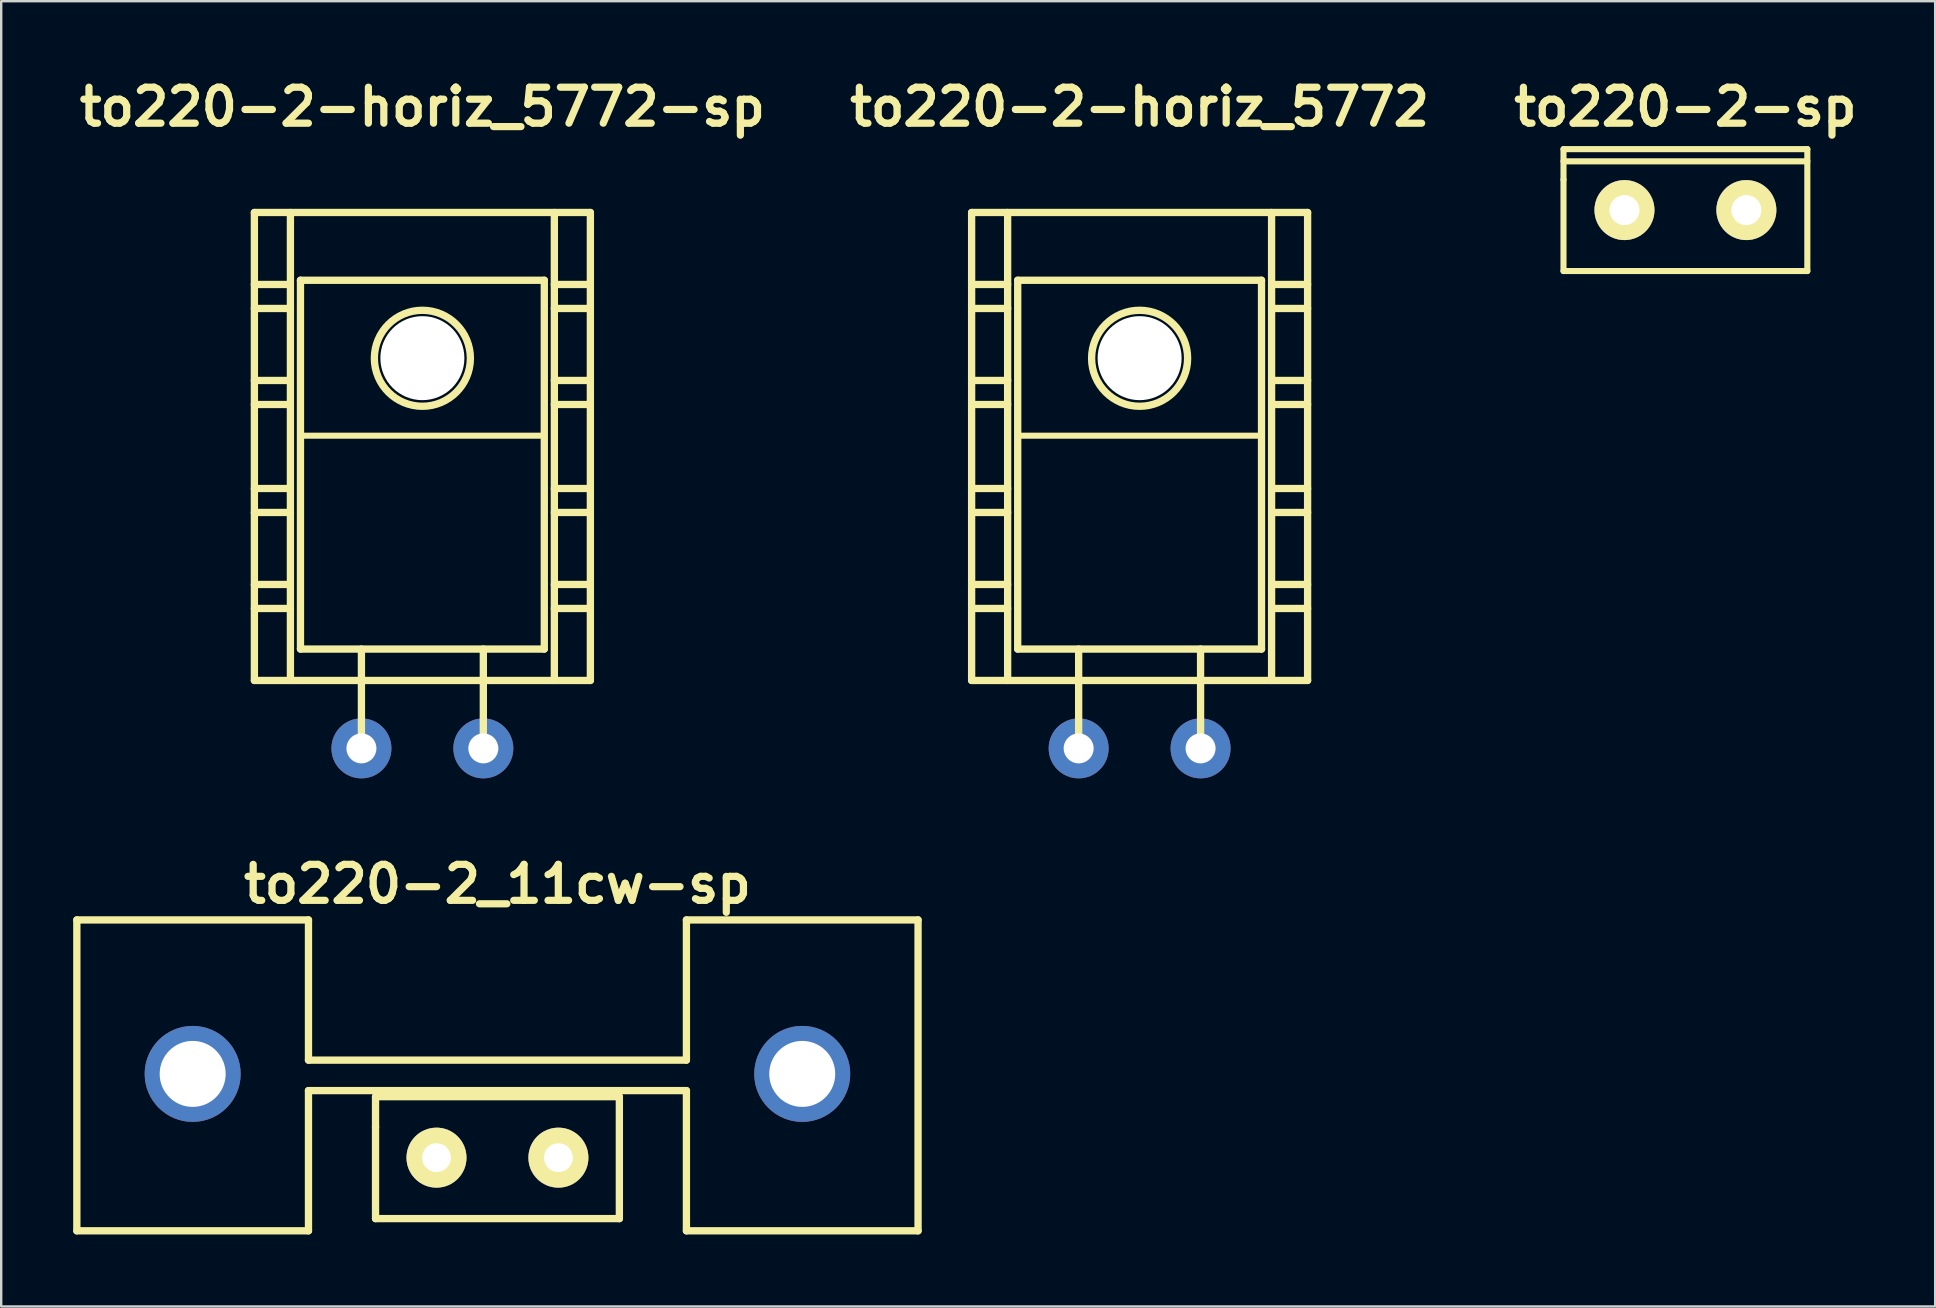
<source format=kicad_pcb>
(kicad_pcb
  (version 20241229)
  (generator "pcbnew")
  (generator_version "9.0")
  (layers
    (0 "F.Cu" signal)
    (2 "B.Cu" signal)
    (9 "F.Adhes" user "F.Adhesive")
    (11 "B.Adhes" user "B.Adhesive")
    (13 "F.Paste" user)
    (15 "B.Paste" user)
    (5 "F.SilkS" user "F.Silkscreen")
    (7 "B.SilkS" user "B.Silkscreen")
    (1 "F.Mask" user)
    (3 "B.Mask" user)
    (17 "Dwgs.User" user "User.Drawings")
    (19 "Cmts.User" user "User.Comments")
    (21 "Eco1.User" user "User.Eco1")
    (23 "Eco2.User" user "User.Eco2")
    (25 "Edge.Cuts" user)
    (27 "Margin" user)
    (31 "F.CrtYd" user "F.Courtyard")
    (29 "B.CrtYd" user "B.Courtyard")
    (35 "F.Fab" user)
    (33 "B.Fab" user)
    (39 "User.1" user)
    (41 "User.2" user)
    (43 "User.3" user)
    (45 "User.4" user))
  (footprint "to220-2-horiz_5772-sp"
    (layer "F.Cu")
    (at 14.55 19.804)
    (property "Reference" "to220-2-horiz_5772-sp" (at 0 -18.4 0) (layer "F.SilkS") (effects (font (size 1.5 1.5) (thickness 0.3))))
    (attr through_hole)
    (fp_line (start -7 -14) (end -7 5.499) (stroke (width 0.305) (type solid)) (layer "F.SilkS"))
    (fp_line (start -7 -11.001) (end -5.499 -11.001) (stroke (width 0.305) (type solid)) (layer "F.SilkS"))
    (fp_line (start -7 -10) (end -5.499 -10) (stroke (width 0.305) (type solid)) (layer "F.SilkS"))
    (fp_line (start -7 -7) (end -5.499 -7) (stroke (width 0.305) (type solid)) (layer "F.SilkS"))
    (fp_line (start -7 -5.999) (end -5.499 -5.999) (stroke (width 0.305) (type solid)) (layer "F.SilkS"))
    (fp_line (start -7 -2.499) (end -5.499 -2.499) (stroke (width 0.305) (type solid)) (layer "F.SilkS"))
    (fp_line (start -7 -1.501) (end -5.499 -1.501) (stroke (width 0.305) (type solid)) (layer "F.SilkS"))
    (fp_line (start -7 1.501) (end -5.499 1.501) (stroke (width 0.305) (type solid)) (layer "F.SilkS"))
    (fp_line (start -7 2.499) (end -5.499 2.499) (stroke (width 0.305) (type solid)) (layer "F.SilkS"))
    (fp_line (start -7 5.499) (end 7 5.499) (stroke (width 0.305) (type solid)) (layer "F.SilkS"))
    (fp_line (start -5.499 5.499) (end -5.499 -14) (stroke (width 0.305) (type solid)) (layer "F.SilkS"))
    (fp_line (start -5.08 -11.176) (end -5.08 4.191) (stroke (width 0.305) (type solid)) (layer "F.SilkS"))
    (fp_line (start -5.08 4.191) (end 5.08 4.191) (stroke (width 0.305) (type solid)) (layer "F.SilkS"))
    (fp_line (start -2.54 8.382) (end -2.54 4.191) (stroke (width 0.305) (type solid)) (layer "F.SilkS"))
    (fp_line (start 2.54 8.382) (end 2.54 4.191) (stroke (width 0.305) (type solid)) (layer "F.SilkS"))
    (fp_line (start 5.08 -11.176) (end -5.08 -11.176) (stroke (width 0.305) (type solid)) (layer "F.SilkS"))
    (fp_line (start 5.08 -4.699) (end -5.08 -4.699) (stroke (width 0.254) (type solid)) (layer "F.SilkS"))
    (fp_line (start 5.08 4.191) (end 5.08 -11.176) (stroke (width 0.305) (type solid)) (layer "F.SilkS"))
    (fp_line (start 5.499 -14) (end 5.499 5.499) (stroke (width 0.305) (type solid)) (layer "F.SilkS"))
    (fp_line (start 5.499 -11.001) (end 7 -11.001) (stroke (width 0.305) (type solid)) (layer "F.SilkS"))
    (fp_line (start 5.499 -10) (end 7 -10) (stroke (width 0.305) (type solid)) (layer "F.SilkS"))
    (fp_line (start 5.499 -7) (end 7 -7) (stroke (width 0.305) (type solid)) (layer "F.SilkS"))
    (fp_line (start 5.499 -5.999) (end 7 -5.999) (stroke (width 0.305) (type solid)) (layer "F.SilkS"))
    (fp_line (start 5.499 -2.499) (end 7 -2.499) (stroke (width 0.305) (type solid)) (layer "F.SilkS"))
    (fp_line (start 5.499 -1.501) (end 7 -1.501) (stroke (width 0.305) (type solid)) (layer "F.SilkS"))
    (fp_line (start 5.499 1.501) (end 7 1.501) (stroke (width 0.305) (type solid)) (layer "F.SilkS"))
    (fp_line (start 5.499 2.499) (end 7 2.499) (stroke (width 0.305) (type solid)) (layer "F.SilkS"))
    (fp_line (start 7 -14) (end -7 -14) (stroke (width 0.305) (type solid)) (layer "F.SilkS"))
    (fp_line (start 7 5.499) (end 7 -14) (stroke (width 0.305) (type solid)) (layer "F.SilkS"))
    (fp_circle (center 0 -7.925) (end -1.999 -8.001) (stroke (width 0.305) (type solid)) (fill no) (layer "F.SilkS"))
    (pad "" np_thru_hole circle (at 0 -7.93) (size 3.5 3.5) (drill 3.5) (layers "*.Cu" "*.Mask"))
    (pad "1" thru_hole circle (at -2.54 8.33) (size 2.5 2.5) (drill 1.25) (layers "*.Cu" "*.Mask"))
    (pad "2" thru_hole circle (at 2.54 8.33) (size 2.5 2.5) (drill 1.25) (layers "*.Cu" "*.Mask")))
  (footprint "to220-2-horiz_5772"
    (layer "F.Cu")
    (at 44.436 19.804)
    (property "Reference" "to220-2-horiz_5772" (at 0 -18.4 0) (layer "F.SilkS") (effects (font (size 1.5 1.5) (thickness 0.3))))
    (attr through_hole)
    (fp_line (start -7 -14) (end -7 5.499) (stroke (width 0.305) (type solid)) (layer "F.SilkS"))
    (fp_line (start -7 -11.001) (end -5.499 -11.001) (stroke (width 0.305) (type solid)) (layer "F.SilkS"))
    (fp_line (start -7 -10) (end -5.499 -10) (stroke (width 0.305) (type solid)) (layer "F.SilkS"))
    (fp_line (start -7 -7) (end -5.499 -7) (stroke (width 0.305) (type solid)) (layer "F.SilkS"))
    (fp_line (start -7 -5.999) (end -5.499 -5.999) (stroke (width 0.305) (type solid)) (layer "F.SilkS"))
    (fp_line (start -7 -2.499) (end -5.499 -2.499) (stroke (width 0.305) (type solid)) (layer "F.SilkS"))
    (fp_line (start -7 -1.501) (end -5.499 -1.501) (stroke (width 0.305) (type solid)) (layer "F.SilkS"))
    (fp_line (start -7 1.501) (end -5.499 1.501) (stroke (width 0.305) (type solid)) (layer "F.SilkS"))
    (fp_line (start -7 2.499) (end -5.499 2.499) (stroke (width 0.305) (type solid)) (layer "F.SilkS"))
    (fp_line (start -7 5.499) (end 7 5.499) (stroke (width 0.305) (type solid)) (layer "F.SilkS"))
    (fp_line (start -5.499 5.499) (end -5.499 -14) (stroke (width 0.305) (type solid)) (layer "F.SilkS"))
    (fp_line (start -5.08 -11.176) (end -5.08 4.191) (stroke (width 0.305) (type solid)) (layer "F.SilkS"))
    (fp_line (start -5.08 4.191) (end 5.08 4.191) (stroke (width 0.305) (type solid)) (layer "F.SilkS"))
    (fp_line (start -2.54 8.382) (end -2.54 4.191) (stroke (width 0.305) (type solid)) (layer "F.SilkS"))
    (fp_line (start 2.54 8.382) (end 2.54 4.191) (stroke (width 0.305) (type solid)) (layer "F.SilkS"))
    (fp_line (start 5.08 -11.176) (end -5.08 -11.176) (stroke (width 0.305) (type solid)) (layer "F.SilkS"))
    (fp_line (start 5.08 -4.699) (end -5.08 -4.699) (stroke (width 0.254) (type solid)) (layer "F.SilkS"))
    (fp_line (start 5.08 4.191) (end 5.08 -11.176) (stroke (width 0.305) (type solid)) (layer "F.SilkS"))
    (fp_line (start 5.499 -14) (end 5.499 5.499) (stroke (width 0.305) (type solid)) (layer "F.SilkS"))
    (fp_line (start 5.499 -11.001) (end 7 -11.001) (stroke (width 0.305) (type solid)) (layer "F.SilkS"))
    (fp_line (start 5.499 -10) (end 7 -10) (stroke (width 0.305) (type solid)) (layer "F.SilkS"))
    (fp_line (start 5.499 -7) (end 7 -7) (stroke (width 0.305) (type solid)) (layer "F.SilkS"))
    (fp_line (start 5.499 -5.999) (end 7 -5.999) (stroke (width 0.305) (type solid)) (layer "F.SilkS"))
    (fp_line (start 5.499 -2.499) (end 7 -2.499) (stroke (width 0.305) (type solid)) (layer "F.SilkS"))
    (fp_line (start 5.499 -1.501) (end 7 -1.501) (stroke (width 0.305) (type solid)) (layer "F.SilkS"))
    (fp_line (start 5.499 1.501) (end 7 1.501) (stroke (width 0.305) (type solid)) (layer "F.SilkS"))
    (fp_line (start 5.499 2.499) (end 7 2.499) (stroke (width 0.305) (type solid)) (layer "F.SilkS"))
    (fp_line (start 7 -14) (end -7 -14) (stroke (width 0.305) (type solid)) (layer "F.SilkS"))
    (fp_line (start 7 5.499) (end 7 -14) (stroke (width 0.305) (type solid)) (layer "F.SilkS"))
    (fp_circle (center 0 -7.925) (end -1.999 -8.001) (stroke (width 0.305) (type solid)) (fill no) (layer "F.SilkS"))
    (pad "" np_thru_hole circle (at 0 -7.93) (size 3.5 3.5) (drill 3.5) (layers "*.Cu" "*.Mask"))
    (pad "1" thru_hole circle (at 2.54 8.33) (size 2.5 2.5) (drill 1.25) (layers "*.Cu" "*.Mask"))
    (pad "2" thru_hole circle (at -2.54 8.33) (size 2.5 2.5) (drill 1.25) (layers "*.Cu" "*.Mask")))
  (footprint "to220-2-sp"
    (layer "F.Cu")
    (at 67.179 5.704)
    (property "Reference" "to220-2-sp" (at 0 -4.3 0) (layer "F.SilkS") (effects (font (size 1.5 1.5) (thickness 0.3))))
    (attr through_hole)
    (fp_line (start -5.08 -2.54) (end -5.08 -1.27) (stroke (width 0.254) (type solid)) (layer "F.SilkS"))
    (fp_line (start -5.08 -2.032) (end 5.08 -2.032) (stroke (width 0.254) (type solid)) (layer "F.SilkS"))
    (fp_line (start -5.08 -1.27) (end -5.08 2.54) (stroke (width 0.254) (type solid)) (layer "F.SilkS"))
    (fp_line (start -5.08 2.54) (end 5.08 2.54) (stroke (width 0.254) (type solid)) (layer "F.SilkS"))
    (fp_line (start 5.08 -2.54) (end -5.08 -2.54) (stroke (width 0.254) (type solid)) (layer "F.SilkS"))
    (fp_line (start 5.08 2.54) (end 5.08 -2.54) (stroke (width 0.254) (type solid)) (layer "F.SilkS"))
    (pad "1" thru_hole circle (at -2.54 0) (size 2.5 2.5) (drill 1.25) (layers "*.Cu" "*.Mask" "F.SilkS"))
    (pad "2" thru_hole circle (at 2.54 0) (size 2.5 2.5) (drill 1.25) (layers "*.Cu" "*.Mask" "F.SilkS")))
  (footprint "to220-2_11cw-sp"
    (layer "F.Cu")
    (at 17.678 45.188)
    (property "Reference" "to220-2_11cw-sp" (at 0 -11.4 0) (layer "F.SilkS") (effects (font (size 1.5 1.5) (thickness 0.3))))
    (attr through_hole)
    (fp_line (start -17.526 -9.906) (end -17.526 3.048) (stroke (width 0.305) (type solid)) (layer "F.SilkS"))
    (fp_line (start -17.526 3.048) (end -7.874 3.048) (stroke (width 0.305) (type solid)) (layer "F.SilkS"))
    (fp_line (start -7.874 -9.906) (end -17.526 -9.906) (stroke (width 0.305) (type solid)) (layer "F.SilkS"))
    (fp_line (start -7.874 -9.906) (end -7.874 -4.064) (stroke (width 0.305) (type solid)) (layer "F.SilkS"))
    (fp_line (start -7.874 -2.794) (end -7.874 3.048) (stroke (width 0.305) (type solid)) (layer "F.SilkS"))
    (fp_line (start -7.874 -2.794) (end 7.874 -2.794) (stroke (width 0.305) (type solid)) (layer "F.SilkS"))
    (fp_line (start -5.08 -2.54) (end -5.08 -1.27) (stroke (width 0.305) (type solid)) (layer "F.SilkS"))
    (fp_line (start -5.08 -1.27) (end -5.08 2.54) (stroke (width 0.305) (type solid)) (layer "F.SilkS"))
    (fp_line (start -5.08 2.54) (end 5.08 2.54) (stroke (width 0.305) (type solid)) (layer "F.SilkS"))
    (fp_line (start 5.08 -2.54) (end -5.08 -2.54) (stroke (width 0.305) (type solid)) (layer "F.SilkS"))
    (fp_line (start 5.08 2.54) (end 5.08 -2.54) (stroke (width 0.305) (type solid)) (layer "F.SilkS"))
    (fp_line (start 7.874 -9.906) (end 7.874 -4.064) (stroke (width 0.305) (type solid)) (layer "F.SilkS"))
    (fp_line (start 7.874 -4.064) (end -7.874 -4.064) (stroke (width 0.305) (type solid)) (layer "F.SilkS"))
    (fp_line (start 7.874 3.048) (end 7.874 -2.794) (stroke (width 0.305) (type solid)) (layer "F.SilkS"))
    (fp_line (start 7.874 3.048) (end 17.526 3.048) (stroke (width 0.305) (type solid)) (layer "F.SilkS"))
    (fp_line (start 17.526 -9.906) (end 7.874 -9.906) (stroke (width 0.305) (type solid)) (layer "F.SilkS"))
    (fp_line (start 17.526 -9.906) (end 17.526 3.048) (stroke (width 0.305) (type solid)) (layer "F.SilkS"))
    (pad "" thru_hole circle (at -12.7 -3.49) (size 4 4) (drill 2.75) (layers "*.Cu" "*.Mask"))
    (pad "" thru_hole circle (at 12.7 -3.49) (size 4 4) (drill 2.75) (layers "*.Cu" "*.Mask"))
    (pad "1" thru_hole circle (at -2.54 0) (size 2.5 2.5) (drill 1.2) (layers "*.Cu" "*.Mask" "F.SilkS"))
    (pad "2" thru_hole circle (at 2.54 0) (size 2.5 2.5) (drill 1.2) (layers "*.Cu" "*.Mask" "F.SilkS")))
  (gr_rect
    (start -3 -3)
    (end 77.586 51.388)
    (stroke (width 0.1) (type default))
    (fill no)
    (layer "Edge.Cuts")))
</source>
